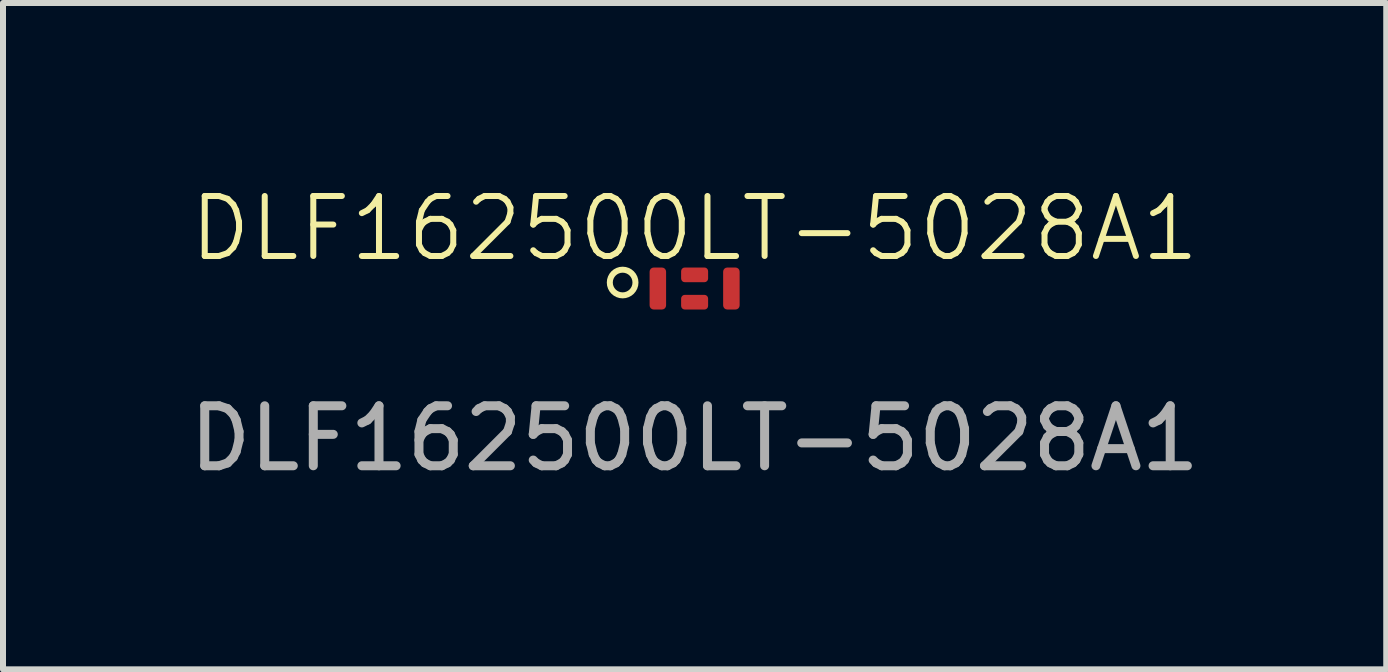
<source format=kicad_pcb>
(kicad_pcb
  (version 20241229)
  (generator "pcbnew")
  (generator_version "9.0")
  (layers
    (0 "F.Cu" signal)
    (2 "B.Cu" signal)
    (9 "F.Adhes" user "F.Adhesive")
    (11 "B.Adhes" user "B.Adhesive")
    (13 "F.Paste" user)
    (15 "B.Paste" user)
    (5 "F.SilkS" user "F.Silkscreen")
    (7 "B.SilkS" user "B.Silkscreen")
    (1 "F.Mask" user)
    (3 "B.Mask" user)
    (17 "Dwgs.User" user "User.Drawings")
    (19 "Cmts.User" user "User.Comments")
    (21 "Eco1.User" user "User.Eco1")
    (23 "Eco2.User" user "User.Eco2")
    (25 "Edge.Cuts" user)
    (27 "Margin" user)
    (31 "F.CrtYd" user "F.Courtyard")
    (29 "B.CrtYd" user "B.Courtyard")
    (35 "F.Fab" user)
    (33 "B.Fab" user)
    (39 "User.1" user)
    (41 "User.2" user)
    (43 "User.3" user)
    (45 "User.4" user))
  (footprint "DLF162500LT-5028A1"
    (layer "F.Cu")
    (at 8.53 1.76)
    (property "Reference" "DLF162500LT-5028A1" (at 0 -1 0) (unlocked yes) (layer "F.SilkS") (effects (font (size 1 1) (thickness 0.1))))
    (attr smd)
    (fp_circle (center -1.2 -0.1) (end -0.986 -0.1) (stroke (width 0.1) (type solid)) (fill no) (layer "F.SilkS"))
    (fp_text user "${REFERENCE}" (at 0 2.5 0) (unlocked yes) (layer "F.Fab") (effects (font (size 1 1) (thickness 0.15))))
    (pad "1" smd roundrect (at -0.613 0) (size 0.275 0.7) (layers "F.Cu" "F.Mask" "F.Paste") (roundrect_rratio 0.25))
    (pad "2" smd roundrect (at 0 -0.228) (size 0.45 0.245) (layers "F.Cu" "F.Mask" "F.Paste") (roundrect_rratio 0.25))
    (pad "3" smd roundrect (at 0.613 0) (size 0.275 0.7) (layers "F.Cu" "F.Mask" "F.Paste") (roundrect_rratio 0.25))
    (pad "4" smd roundrect (at 0 0.228) (size 0.45 0.245) (layers "F.Cu" "F.Mask" "F.Paste") (roundrect_rratio 0.25)))
  (gr_rect
    (start -3 -3)
    (end 20.06 8.109)
    (stroke (width 0.1) (type default))
    (fill no)
    (layer "Edge.Cuts")))
</source>
